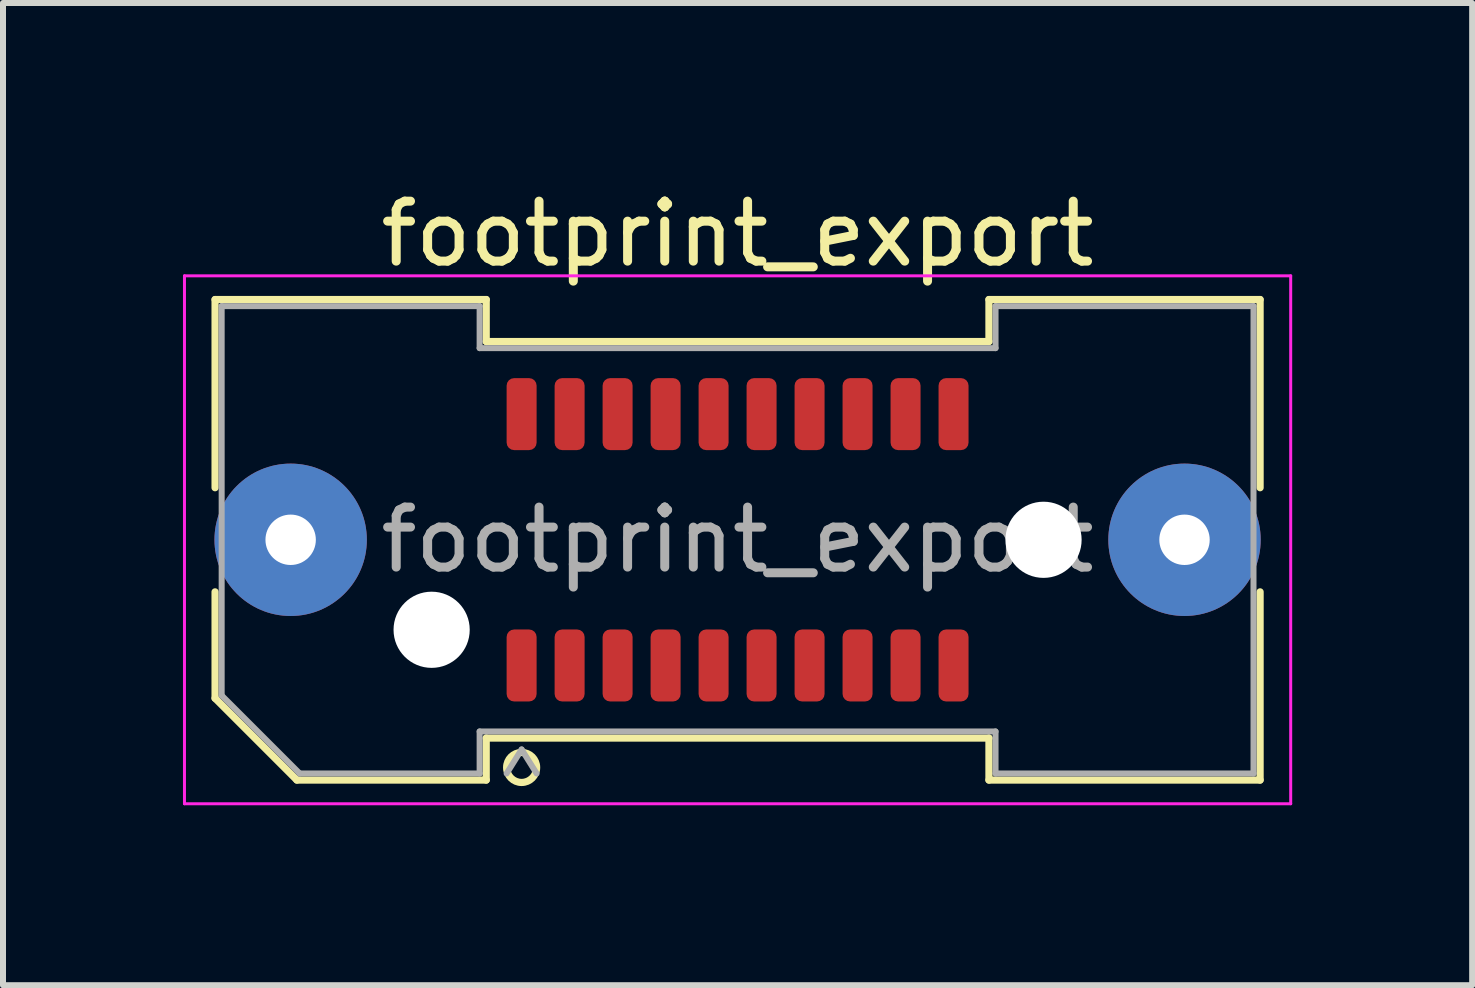
<source format=kicad_pcb>
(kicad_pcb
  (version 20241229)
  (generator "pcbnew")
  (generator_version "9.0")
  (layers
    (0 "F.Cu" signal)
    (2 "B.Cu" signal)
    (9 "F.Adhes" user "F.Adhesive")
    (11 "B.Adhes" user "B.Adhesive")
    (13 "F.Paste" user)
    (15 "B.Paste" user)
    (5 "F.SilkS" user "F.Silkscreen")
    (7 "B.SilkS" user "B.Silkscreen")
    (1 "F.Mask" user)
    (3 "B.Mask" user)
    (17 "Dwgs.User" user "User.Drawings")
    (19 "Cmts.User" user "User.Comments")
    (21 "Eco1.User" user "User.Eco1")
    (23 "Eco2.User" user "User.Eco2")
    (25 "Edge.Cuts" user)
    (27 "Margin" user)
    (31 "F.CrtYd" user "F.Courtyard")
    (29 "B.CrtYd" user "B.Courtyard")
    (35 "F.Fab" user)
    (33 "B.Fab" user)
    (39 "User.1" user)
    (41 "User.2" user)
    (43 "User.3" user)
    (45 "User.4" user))
  (footprint "footprint_export"
    (layer "F.Cu")
    (at 9.245 5.948)
    (property "Reference" "footprint_export" (at 0 -5.1 0) (layer "F.SilkS") (effects (font (size 1 1) (thickness 0.15))))
    (attr smd)
    (fp_line (start -8.71 -4.005) (end -4.19 -4.005) (stroke (width 0.12) (type solid)) (layer "F.SilkS"))
    (fp_line (start -8.71 -0.868) (end -8.71 -4.005) (stroke (width 0.12) (type solid)) (layer "F.SilkS"))
    (fp_line (start -8.71 2.641) (end -8.71 0.868) (stroke (width 0.12) (type solid)) (layer "F.SilkS"))
    (fp_line (start -7.346 4.005) (end -8.71 2.641) (stroke (width 0.12) (type solid)) (layer "F.SilkS"))
    (fp_line (start -4.19 -4.005) (end -4.19 -3.305) (stroke (width 0.12) (type solid)) (layer "F.SilkS"))
    (fp_line (start -4.19 -3.305) (end 4.19 -3.305) (stroke (width 0.12) (type solid)) (layer "F.SilkS"))
    (fp_line (start -4.19 3.305) (end -4.19 4.005) (stroke (width 0.12) (type solid)) (layer "F.SilkS"))
    (fp_line (start -4.19 4.005) (end -7.346 4.005) (stroke (width 0.12) (type solid)) (layer "F.SilkS"))
    (fp_line (start 4.19 -4.005) (end 8.71 -4.005) (stroke (width 0.12) (type solid)) (layer "F.SilkS"))
    (fp_line (start 4.19 -3.305) (end 4.19 -4.005) (stroke (width 0.12) (type solid)) (layer "F.SilkS"))
    (fp_line (start 4.19 3.305) (end -4.19 3.305) (stroke (width 0.12) (type solid)) (layer "F.SilkS"))
    (fp_line (start 4.19 4.005) (end 4.19 3.305) (stroke (width 0.12) (type solid)) (layer "F.SilkS"))
    (fp_line (start 8.71 -4.005) (end 8.71 -0.868) (stroke (width 0.12) (type solid)) (layer "F.SilkS"))
    (fp_line (start 8.71 0.868) (end 8.71 4.005) (stroke (width 0.12) (type solid)) (layer "F.SilkS"))
    (fp_line (start 8.71 4.005) (end 4.19 4.005) (stroke (width 0.12) (type solid)) (layer "F.SilkS"))
    (fp_arc (start -3.35 3.795) (mid -3.85 3.795) (end -3.35 3.795) (stroke (width 0.12) (type solid)) (layer "F.SilkS"))
    (fp_line (start -9.22 -4.4) (end -9.22 4.4) (stroke (width 0.05) (type solid)) (layer "F.CrtYd"))
    (fp_line (start -9.22 4.4) (end 9.22 4.4) (stroke (width 0.05) (type solid)) (layer "F.CrtYd"))
    (fp_line (start 9.22 -4.4) (end -9.22 -4.4) (stroke (width 0.05) (type solid)) (layer "F.CrtYd"))
    (fp_line (start 9.22 4.4) (end 9.22 -4.4) (stroke (width 0.05) (type solid)) (layer "F.CrtYd"))
    (fp_line (start -8.6 -3.895) (end -4.3 -3.895) (stroke (width 0.1) (type solid)) (layer "F.Fab"))
    (fp_line (start -8.6 2.595) (end -8.6 -3.895) (stroke (width 0.1) (type solid)) (layer "F.Fab"))
    (fp_line (start -7.3 3.895) (end -8.6 2.595) (stroke (width 0.1) (type solid)) (layer "F.Fab"))
    (fp_line (start -4.3 -3.895) (end -4.3 -3.195) (stroke (width 0.1) (type solid)) (layer "F.Fab"))
    (fp_line (start -4.3 -3.195) (end 4.3 -3.195) (stroke (width 0.1) (type solid)) (layer "F.Fab"))
    (fp_line (start -4.3 3.195) (end -4.3 3.895) (stroke (width 0.1) (type solid)) (layer "F.Fab"))
    (fp_line (start -4.3 3.895) (end -7.3 3.895) (stroke (width 0.1) (type solid)) (layer "F.Fab"))
    (fp_line (start -3.6 3.495) (end -3.85 3.895) (stroke (width 0.1) (type solid)) (layer "F.Fab"))
    (fp_line (start -3.6 3.495) (end -3.35 3.895) (stroke (width 0.1) (type solid)) (layer "F.Fab"))
    (fp_line (start 4.3 -3.895) (end 8.6 -3.895) (stroke (width 0.1) (type solid)) (layer "F.Fab"))
    (fp_line (start 4.3 -3.195) (end 4.3 -3.895) (stroke (width 0.1) (type solid)) (layer "F.Fab"))
    (fp_line (start 4.3 3.195) (end -4.3 3.195) (stroke (width 0.1) (type solid)) (layer "F.Fab"))
    (fp_line (start 4.3 3.895) (end 4.3 3.195) (stroke (width 0.1) (type solid)) (layer "F.Fab"))
    (fp_line (start 8.6 -3.895) (end 8.6 3.895) (stroke (width 0.1) (type solid)) (layer "F.Fab"))
    (fp_line (start 8.6 3.895) (end 4.3 3.895) (stroke (width 0.1) (type solid)) (layer "F.Fab"))
    (fp_text user "${REFERENCE}" (at 0 0 0) (layer "F.Fab") (effects (font (size 1 1) (thickness 0.15))))
    (pad "" thru_hole circle (at -7.45 0) (size 2.54 2.54) (drill 0.84) (layers "*.Cu" "*.Mask" "F.Paste"))
    (pad "" np_thru_hole circle (at -5.1 1.5) (size 1.27 1.27) (drill 1.27) (layers "*.Cu" "*.Mask"))
    (pad "" np_thru_hole circle (at 5.1 0) (size 1.27 1.27) (drill 1.27) (layers "*.Cu" "*.Mask"))
    (pad "" thru_hole circle (at 7.45 0) (size 2.54 2.54) (drill 0.84) (layers "*.Cu" "*.Mask" "F.Paste"))
    (pad "1" smd roundrect (at -3.6 2.095) (size 0.5 1.2) (layers "F.Cu" "F.Mask" "F.Paste") (roundrect_rratio 0.25))
    (pad "2" smd roundrect (at -3.6 -2.095) (size 0.5 1.2) (layers "F.Cu" "F.Mask" "F.Paste") (roundrect_rratio 0.25))
    (pad "3" smd roundrect (at -2.8 2.095) (size 0.5 1.2) (layers "F.Cu" "F.Mask" "F.Paste") (roundrect_rratio 0.25))
    (pad "4" smd roundrect (at -2.8 -2.095) (size 0.5 1.2) (layers "F.Cu" "F.Mask" "F.Paste") (roundrect_rratio 0.25))
    (pad "5" smd roundrect (at -2 2.095) (size 0.5 1.2) (layers "F.Cu" "F.Mask" "F.Paste") (roundrect_rratio 0.25))
    (pad "6" smd roundrect (at -2 -2.095) (size 0.5 1.2) (layers "F.Cu" "F.Mask" "F.Paste") (roundrect_rratio 0.25))
    (pad "7" smd roundrect (at -1.2 2.095) (size 0.5 1.2) (layers "F.Cu" "F.Mask" "F.Paste") (roundrect_rratio 0.25))
    (pad "8" smd roundrect (at -1.2 -2.095) (size 0.5 1.2) (layers "F.Cu" "F.Mask" "F.Paste") (roundrect_rratio 0.25))
    (pad "9" smd roundrect (at -0.4 2.095) (size 0.5 1.2) (layers "F.Cu" "F.Mask" "F.Paste") (roundrect_rratio 0.25))
    (pad "10" smd roundrect (at -0.4 -2.095) (size 0.5 1.2) (layers "F.Cu" "F.Mask" "F.Paste") (roundrect_rratio 0.25))
    (pad "11" smd roundrect (at 0.4 2.095) (size 0.5 1.2) (layers "F.Cu" "F.Mask" "F.Paste") (roundrect_rratio 0.25))
    (pad "12" smd roundrect (at 0.4 -2.095) (size 0.5 1.2) (layers "F.Cu" "F.Mask" "F.Paste") (roundrect_rratio 0.25))
    (pad "13" smd roundrect (at 1.2 2.095) (size 0.5 1.2) (layers "F.Cu" "F.Mask" "F.Paste") (roundrect_rratio 0.25))
    (pad "14" smd roundrect (at 1.2 -2.095) (size 0.5 1.2) (layers "F.Cu" "F.Mask" "F.Paste") (roundrect_rratio 0.25))
    (pad "15" smd roundrect (at 2 2.095) (size 0.5 1.2) (layers "F.Cu" "F.Mask" "F.Paste") (roundrect_rratio 0.25))
    (pad "16" smd roundrect (at 2 -2.095) (size 0.5 1.2) (layers "F.Cu" "F.Mask" "F.Paste") (roundrect_rratio 0.25))
    (pad "17" smd roundrect (at 2.8 2.095) (size 0.5 1.2) (layers "F.Cu" "F.Mask" "F.Paste") (roundrect_rratio 0.25))
    (pad "18" smd roundrect (at 2.8 -2.095) (size 0.5 1.2) (layers "F.Cu" "F.Mask" "F.Paste") (roundrect_rratio 0.25))
    (pad "19" smd roundrect (at 3.6 2.095) (size 0.5 1.2) (layers "F.Cu" "F.Mask" "F.Paste") (roundrect_rratio 0.25))
    (pad "20" smd roundrect (at 3.6 -2.095) (size 0.5 1.2) (layers "F.Cu" "F.Mask" "F.Paste") (roundrect_rratio 0.25)))
  (gr_rect
    (start -3 -3)
    (end 21.49 13.373)
    (stroke (width 0.1) (type default))
    (fill no)
    (layer "Edge.Cuts")))
</source>
